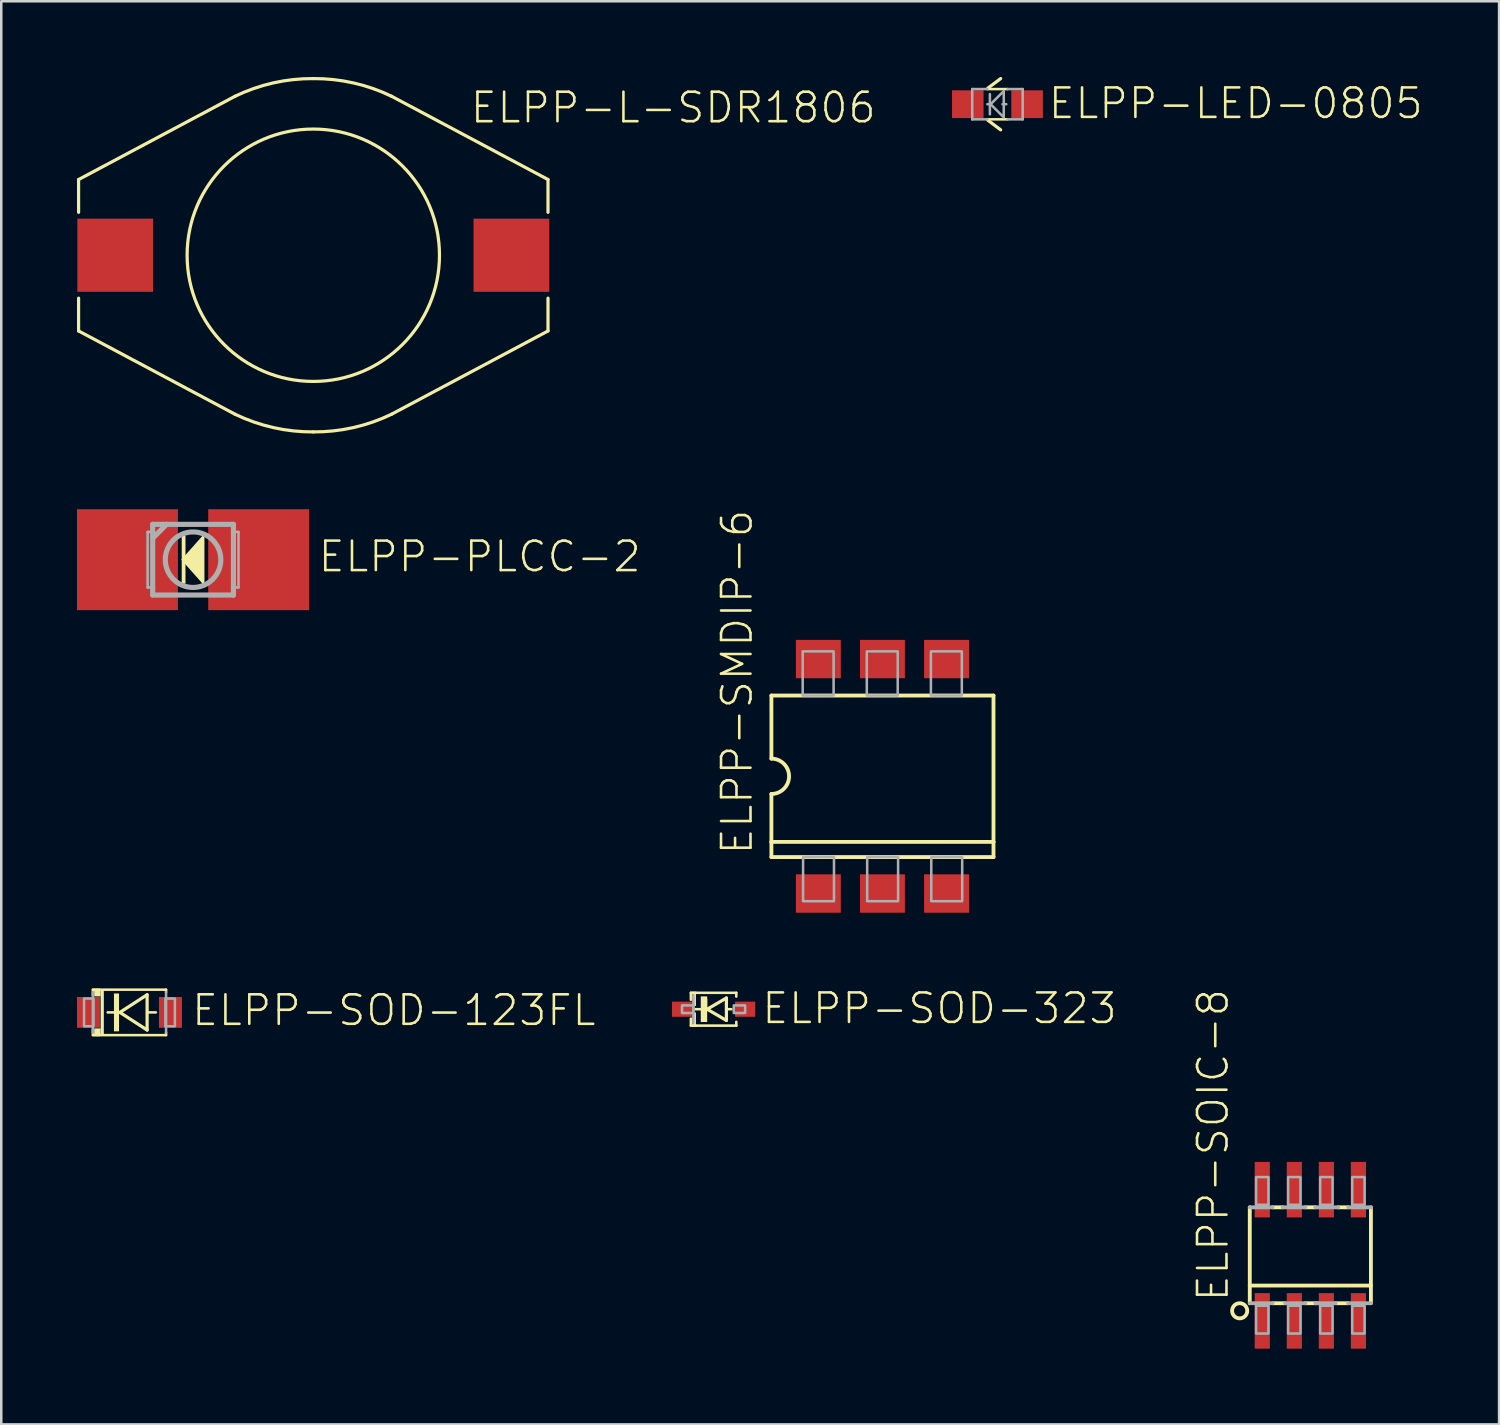
<source format=kicad_pcb>
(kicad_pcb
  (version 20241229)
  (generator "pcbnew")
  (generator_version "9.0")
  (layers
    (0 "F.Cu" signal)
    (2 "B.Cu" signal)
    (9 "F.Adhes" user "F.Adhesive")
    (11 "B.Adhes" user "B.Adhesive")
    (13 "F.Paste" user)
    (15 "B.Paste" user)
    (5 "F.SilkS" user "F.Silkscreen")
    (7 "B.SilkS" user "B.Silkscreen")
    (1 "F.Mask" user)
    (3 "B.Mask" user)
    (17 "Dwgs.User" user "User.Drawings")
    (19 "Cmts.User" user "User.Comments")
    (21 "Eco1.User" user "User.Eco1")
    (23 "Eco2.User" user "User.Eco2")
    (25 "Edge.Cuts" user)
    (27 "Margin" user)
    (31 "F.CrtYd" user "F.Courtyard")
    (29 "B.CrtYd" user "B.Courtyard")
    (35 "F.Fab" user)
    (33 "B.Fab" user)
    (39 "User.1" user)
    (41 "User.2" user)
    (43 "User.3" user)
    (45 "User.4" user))
  (footprint "ELPP-SOD-123FL"
    (layer "F.Cu")
    (at 2.08 37.065)
    (property "Reference" "ELPP-SOD-123FL" (at 2.4 0.6 0) (unlocked yes) (layer "F.SilkS") (effects (font (size 1.168 1.168) (thickness 0.102)) (justify left bottom)))
    (fp_line (start -1.45 -0.9) (end -1.45 -0.673) (stroke (width 0.1) (type solid)) (layer "F.SilkS"))
    (fp_line (start -1.45 -0.9) (end -1.387 -0.9) (stroke (width 0.1) (type solid)) (layer "F.SilkS"))
    (fp_line (start -1.45 0.9) (end -1.45 0.673) (stroke (width 0.1) (type solid)) (layer "F.SilkS"))
    (fp_line (start -1.387 -0.9) (end -1.323 -0.9) (stroke (width 0.1) (type solid)) (layer "F.SilkS"))
    (fp_line (start -1.387 0.9) (end -1.45 0.9) (stroke (width 0.1) (type solid)) (layer "F.SilkS"))
    (fp_line (start -1.323 -0.9) (end -1.26 -0.9) (stroke (width 0.1) (type solid)) (layer "F.SilkS"))
    (fp_line (start -1.323 0.9) (end -1.387 0.9) (stroke (width 0.1) (type solid)) (layer "F.SilkS"))
    (fp_line (start -1.26 -0.9) (end -1.196 -0.9) (stroke (width 0.1) (type solid)) (layer "F.SilkS"))
    (fp_line (start -1.26 0.9) (end -1.323 0.9) (stroke (width 0.1) (type solid)) (layer "F.SilkS"))
    (fp_line (start -1.196 -0.9) (end 1.45 -0.9) (stroke (width 0.1) (type solid)) (layer "F.SilkS"))
    (fp_line (start -1.196 0.9) (end -1.26 0.9) (stroke (width 0.1) (type solid)) (layer "F.SilkS"))
    (fp_line (start -0.381 0) (end -0.864 0) (stroke (width 0.1) (type solid)) (layer "F.SilkS"))
    (fp_line (start -0.381 0) (end 0.699 -0.699) (stroke (width 0.127) (type solid)) (layer "F.SilkS"))
    (fp_line (start -0.35 0) (end -0.381 0) (stroke (width 0.1) (type solid)) (layer "F.SilkS"))
    (fp_line (start 0.699 -0.699) (end 0.699 0.699) (stroke (width 0.127) (type solid)) (layer "F.SilkS"))
    (fp_line (start 0.699 0.699) (end -0.381 0) (stroke (width 0.127) (type solid)) (layer "F.SilkS"))
    (fp_line (start 1.048 0) (end 0.723 0) (stroke (width 0.1) (type solid)) (layer "F.SilkS"))
    (fp_line (start 1.45 -0.9) (end 1.45 -0.8) (stroke (width 0.1) (type solid)) (layer "F.SilkS"))
    (fp_line (start 1.45 0.9) (end -1.196 0.9) (stroke (width 0.1) (type solid)) (layer "F.SilkS"))
    (fp_line (start 1.45 0.9) (end 1.45 0.8) (stroke (width 0.1) (type solid)) (layer "F.SilkS"))
    (fp_poly (pts (xy -1.397 -0.635) (xy -1.143 -0.635) (xy -1.143 -0.889) (xy -1.397 -0.889)) (stroke (width 0) (type default)) (fill yes) (layer "F.SilkS"))
    (fp_poly (pts (xy -1.397 0.889) (xy -1.143 0.889) (xy -1.143 0.635) (xy -1.397 0.635)) (stroke (width 0) (type default)) (fill yes) (layer "F.SilkS"))
    (fp_poly (pts (xy -1.143 0.889) (xy -1.016 0.889) (xy -1.016 -0.889) (xy -1.143 -0.889)) (stroke (width 0) (type default)) (fill yes) (layer "F.SilkS"))
    (fp_poly (pts (xy -0.614 0.75) (xy -0.413 0.75) (xy -0.413 -0.75) (xy -0.614 -0.75)) (stroke (width 0) (type default)) (fill yes) (layer "F.SilkS"))
    (fp_line (start -1.45 -0.8) (end -1.45 0.8) (stroke (width 0.1) (type solid)) (layer "F.Fab"))
    (fp_line (start 1.45 -0.8) (end 1.45 0.8) (stroke (width 0.1) (type solid)) (layer "F.Fab"))
    (fp_poly (pts (xy -1.8 0.55) (xy -1.425 0.55) (xy -1.425 -0.55) (xy -1.8 -0.55)) (stroke (width 0.1) (type default)) (fill no) (layer "F.Fab"))
    (fp_poly (pts (xy 1.8 -0.55) (xy 1.425 -0.55) (xy 1.425 0.55) (xy 1.8 0.55)) (stroke (width 0.1) (type default)) (fill no) (layer "F.Fab"))
    (pad "A" smd rect (at 1.625 0) (size 0.91 1.22) (layers "F.Cu" "F.Mask" "F.Paste"))
    (pad "C" smd rect (at -1.625 0 180) (size 0.91 1.22) (layers "F.Cu" "F.Mask" "F.Paste")))
  (footprint "ELPP-PLCC-2"
    (layer "F.Cu")
    (at 4.6 19.127)
    (property "Reference" "ELPP-PLCC-2" (at 4.895 0.56 0) (unlocked yes) (layer "F.SilkS") (effects (font (size 1.168 1.168) (thickness 0.102)) (justify left bottom)))
    (fp_poly (pts (xy -0.6 -1.3) (xy -2.2 -1.3) (xy -2.2 1.3) (xy -0.6 1.3)) (stroke (width 0) (type default)) (fill yes) (layer "F.Mask"))
    (fp_poly (pts (xy 0.6 1.3) (xy 2.2 1.3) (xy 2.2 -1.3) (xy 0.6 -1.3)) (stroke (width 0) (type default)) (fill yes) (layer "F.Mask"))
    (fp_poly (pts (xy 0.45 1.032) (xy -0.467 0) (xy 0.45 -1.032)) (stroke (width 0) (type default)) (fill yes) (layer "F.SilkS"))
    (fp_poly (pts (xy -0.45 0.95) (xy -0.3 0.95) (xy -0.3 -0.95) (xy -0.45 -0.95)) (stroke (width 0) (type default)) (fill yes) (layer "F.SilkS"))
    (fp_poly (pts (xy -2.25 -1.3) (xy -2.25 1.3) (xy -0.75 1.3) (xy -0.75 -1.3)) (stroke (width 0) (type default)) (fill yes) (layer "F.Paste"))
    (fp_poly (pts (xy 0.75 -1.3) (xy 0.75 1.3) (xy 2.25 1.3) (xy 2.25 -1.3)) (stroke (width 0) (type default)) (fill yes) (layer "F.Paste"))
    (fp_line (start -1.8 -1.1) (end -1.8 1.1) (stroke (width 0.102) (type solid)) (layer "F.Fab"))
    (fp_line (start -1.8 1.1) (end -1.6 1.1) (stroke (width 0.102) (type solid)) (layer "F.Fab"))
    (fp_line (start -1.6 -1.4) (end -1.6 -1.1) (stroke (width 0.203) (type solid)) (layer "F.Fab"))
    (fp_line (start -1.6 -1.1) (end -1.8 -1.1) (stroke (width 0.102) (type solid)) (layer "F.Fab"))
    (fp_line (start -1.6 -1.1) (end -1.6 -0.85) (stroke (width 0.203) (type solid)) (layer "F.Fab"))
    (fp_line (start -1.6 -0.85) (end -1.6 1.1) (stroke (width 0.203) (type solid)) (layer "F.Fab"))
    (fp_line (start -1.6 -0.85) (end -1.05 -1.4) (stroke (width 0.203) (type solid)) (layer "F.Fab"))
    (fp_line (start -1.6 1.1) (end -1.6 1.4) (stroke (width 0.203) (type solid)) (layer "F.Fab"))
    (fp_line (start -1.6 1.4) (end 1.6 1.4) (stroke (width 0.203) (type solid)) (layer "F.Fab"))
    (fp_line (start -1.05 -1.4) (end -1.6 -1.4) (stroke (width 0.203) (type solid)) (layer "F.Fab"))
    (fp_line (start 1.6 -1.4) (end -1.05 -1.4) (stroke (width 0.203) (type solid)) (layer "F.Fab"))
    (fp_line (start 1.6 -1.1) (end 1.6 -1.4) (stroke (width 0.203) (type solid)) (layer "F.Fab"))
    (fp_line (start 1.6 -1.1) (end 1.8 -1.1) (stroke (width 0.102) (type solid)) (layer "F.Fab"))
    (fp_line (start 1.6 1.1) (end 1.6 -1.1) (stroke (width 0.203) (type solid)) (layer "F.Fab"))
    (fp_line (start 1.6 1.4) (end 1.6 1.1) (stroke (width 0.203) (type solid)) (layer "F.Fab"))
    (fp_line (start 1.8 -1.1) (end 1.8 1.1) (stroke (width 0.102) (type solid)) (layer "F.Fab"))
    (fp_line (start 1.8 1.1) (end 1.6 1.1) (stroke (width 0.102) (type solid)) (layer "F.Fab"))
    (fp_circle (center 0 0) (end 1.1 0) (stroke (width 0.203) (type solid)) (fill no) (layer "F.Fab"))
    (pad "A" smd rect (at 2.6 0 270) (size 4 4) (layers "F.Cu"))
    (pad "C" smd rect (at -2.6 0 270) (size 4 4) (layers "F.Cu")))
  (footprint "ELPP-LED-0805"
    (layer "F.Cu")
    (at 36.473 1.079)
    (property "Reference" "ELPP-LED-0805" (at 1.95 0.65 0) (unlocked yes) (layer "F.SilkS") (effects (font (size 1.168 1.168) (thickness 0.102)) (justify left bottom)))
    (fp_line (start -0.381 -0.635) (end 0.127 -1.016) (stroke (width 0.127) (type solid)) (layer "F.SilkS"))
    (fp_line (start 0.127 1.016) (end -0.381 0.635) (stroke (width 0.127) (type solid)) (layer "F.SilkS"))
    (fp_line (start 0.4 -0.6) (end -0.4 -0.6) (stroke (width 0.102) (type solid)) (layer "F.SilkS"))
    (fp_line (start 0.4 0.6) (end -0.4 0.6) (stroke (width 0.102) (type solid)) (layer "F.SilkS"))
    (fp_line (start -1 -0.6) (end -1 0.6) (stroke (width 0.102) (type solid)) (layer "F.Fab"))
    (fp_line (start -0.4 -0.6) (end -1 -0.6) (stroke (width 0.102) (type solid)) (layer "F.Fab"))
    (fp_line (start -0.4 0.6) (end -1 0.6) (stroke (width 0.102) (type solid)) (layer "F.Fab"))
    (fp_line (start -0.3 -0.4) (end -0.3 0) (stroke (width 0.1) (type solid)) (layer "F.Fab"))
    (fp_line (start -0.3 0) (end -0.4 0) (stroke (width 0.1) (type solid)) (layer "F.Fab"))
    (fp_line (start -0.3 0) (end -0.3 0.4) (stroke (width 0.1) (type solid)) (layer "F.Fab"))
    (fp_line (start 0.2 0) (end 0.35 0) (stroke (width 0.1) (type solid)) (layer "F.Fab"))
    (fp_line (start 1 -0.6) (end 0.4 -0.6) (stroke (width 0.102) (type solid)) (layer "F.Fab"))
    (fp_line (start 1 0.6) (end 0.4 0.6) (stroke (width 0.102) (type solid)) (layer "F.Fab"))
    (fp_line (start 1 0.6) (end 1 -0.6) (stroke (width 0.102) (type solid)) (layer "F.Fab"))
    (fp_poly (pts (xy 0.25 0.521) (xy -0.271 0) (xy 0.25 -0.521)) (stroke (width 0.1) (type default)) (fill no) (layer "F.Fab"))
    (pad "A" smd rect (at 1.175 0) (size 1.25 1.1) (layers "F.Cu" "F.Mask" "F.Paste"))
    (pad "C" smd rect (at -1.175 0) (size 1.25 1.1) (layers "F.Cu" "F.Mask" "F.Paste")))
  (footprint "ELPP-L-SDR1806"
    (layer "F.Cu")
    (at 9.364 7.064)
    (property "Reference" "ELPP-L-SDR1806" (at 6.159 -5.165 0) (unlocked yes) (layer "F.SilkS") (effects (font (size 1.168 1.168) (thickness 0.102)) (justify left bottom)))
    (fp_line (start -9.3 -3) (end -9.3 -1.7) (stroke (width 0.127) (type solid)) (layer "F.SilkS"))
    (fp_line (start -9.3 -3) (end -3.1 -6.3) (stroke (width 0.127) (type solid)) (layer "F.SilkS"))
    (fp_line (start -9.3 3) (end -9.3 1.7) (stroke (width 0.127) (type solid)) (layer "F.SilkS"))
    (fp_line (start -9.3 3) (end -3.1 6.3) (stroke (width 0.127) (type solid)) (layer "F.SilkS"))
    (fp_line (start 9.3 -3) (end 3.1 -6.3) (stroke (width 0.127) (type solid)) (layer "F.SilkS"))
    (fp_line (start 9.3 -3) (end 9.3 -1.7) (stroke (width 0.127) (type solid)) (layer "F.SilkS"))
    (fp_line (start 9.3 3) (end 3.1 6.3) (stroke (width 0.127) (type solid)) (layer "F.SilkS"))
    (fp_line (start 9.3 3) (end 9.3 1.7) (stroke (width 0.127) (type solid)) (layer "F.SilkS"))
    (fp_arc (start -3.1 -6.3) (mid -1.590187 -6.827971) (end 0 -7) (stroke (width 0.127) (type solid)) (layer "F.SilkS"))
    (fp_arc (start 0 -7) (mid 1.590118 -6.827668) (end 3.1 -6.3) (stroke (width 0.127) (type solid)) (layer "F.SilkS"))
    (fp_arc (start 0 7) (mid -1.590118 6.827668) (end -3.1 6.3) (stroke (width 0.127) (type solid)) (layer "F.SilkS"))
    (fp_arc (start 3.1 6.3) (mid 1.590187 6.827971) (end 0 7) (stroke (width 0.127) (type solid)) (layer "F.SilkS"))
    (fp_circle (center 0 0) (end 5 0) (stroke (width 0.127) (type solid)) (fill no) (layer "F.SilkS"))
    (pad "1" smd rect (at -7.85 0 180) (size 3 2.9) (layers "F.Cu" "F.Mask" "F.Paste"))
    (pad "2" smd rect (at 7.85 0) (size 3 2.9) (layers "F.Cu" "F.Mask" "F.Paste")))
  (footprint "ELPP-SOIC-8"
    (layer "F.Cu")
    (at 48.871 46.689)
    (property "Reference" "ELPP-SOIC-8" (at -3.175 1.905 90) (unlocked yes) (layer "F.SilkS") (effects (font (size 1.168 1.168) (thickness 0.102)) (justify left bottom)))
    (fp_line (start -2.4 1.9) (end -2.4 -1.9) (stroke (width 0.152) (type solid)) (layer "F.SilkS"))
    (fp_line (start -1.5 -1.9) (end -1.1 -1.9) (stroke (width 0.152) (type solid)) (layer "F.SilkS"))
    (fp_line (start -1.5 1.9) (end -1 1.9) (stroke (width 0.152) (type solid)) (layer "F.SilkS"))
    (fp_line (start -0.2 -1.9) (end 0.2 -1.9) (stroke (width 0.152) (type solid)) (layer "F.SilkS"))
    (fp_line (start -0.2 1.9) (end 0.3 1.9) (stroke (width 0.152) (type solid)) (layer "F.SilkS"))
    (fp_line (start 1 1.9) (end 1.5 1.9) (stroke (width 0.152) (type solid)) (layer "F.SilkS"))
    (fp_line (start 1.1 -1.9) (end 1.5 -1.9) (stroke (width 0.152) (type solid)) (layer "F.SilkS"))
    (fp_line (start 2.4 -1.9) (end 2.4 1.9) (stroke (width 0.152) (type solid)) (layer "F.SilkS"))
    (fp_line (start 2.4 1.2) (end -2.4 1.2) (stroke (width 0.152) (type solid)) (layer "F.SilkS"))
    (fp_circle (center -2.8 2.2) (end -2.5 2.2) (stroke (width 0.152) (type solid)) (fill no) (layer "F.SilkS"))
    (fp_line (start -1.5 -1.9) (end -2.4 -1.9) (stroke (width 0.152) (type solid)) (layer "F.Fab"))
    (fp_line (start -1.5 1.9) (end -2.4 1.9) (stroke (width 0.152) (type solid)) (layer "F.Fab"))
    (fp_line (start -1 1.9) (end -0.2 1.9) (stroke (width 0.152) (type solid)) (layer "F.Fab"))
    (fp_line (start -0.2 -1.9) (end -1.1 -1.9) (stroke (width 0.152) (type solid)) (layer "F.Fab"))
    (fp_line (start 0.2 1.9) (end 1 1.9) (stroke (width 0.152) (type solid)) (layer "F.Fab"))
    (fp_line (start 1.1 -1.9) (end 0.2 -1.9) (stroke (width 0.152) (type solid)) (layer "F.Fab"))
    (fp_line (start 1.5 -1.9) (end 2.4 -1.9) (stroke (width 0.152) (type solid)) (layer "F.Fab"))
    (fp_line (start 1.5 1.9) (end 2.4 1.9) (stroke (width 0.152) (type solid)) (layer "F.Fab"))
    (fp_poly (pts (xy -2.15 -2) (xy -1.66 -2) (xy -1.66 -3.1) (xy -2.15 -3.1)) (stroke (width 0.1) (type default)) (fill no) (layer "F.Fab"))
    (fp_poly (pts (xy -2.15 3.1) (xy -1.66 3.1) (xy -1.66 2) (xy -2.15 2)) (stroke (width 0.1) (type default)) (fill no) (layer "F.Fab"))
    (fp_poly (pts (xy -0.88 -2) (xy -0.39 -2) (xy -0.39 -3.1) (xy -0.88 -3.1)) (stroke (width 0.1) (type default)) (fill no) (layer "F.Fab"))
    (fp_poly (pts (xy -0.88 3.1) (xy -0.39 3.1) (xy -0.39 2) (xy -0.88 2)) (stroke (width 0.1) (type default)) (fill no) (layer "F.Fab"))
    (fp_poly (pts (xy 0.39 -2) (xy 0.88 -2) (xy 0.88 -3.1) (xy 0.39 -3.1)) (stroke (width 0.1) (type default)) (fill no) (layer "F.Fab"))
    (fp_poly (pts (xy 0.39 3.1) (xy 0.88 3.1) (xy 0.88 2) (xy 0.39 2)) (stroke (width 0.1) (type default)) (fill no) (layer "F.Fab"))
    (fp_poly (pts (xy 1.66 -2) (xy 2.15 -2) (xy 2.15 -3.1) (xy 1.66 -3.1)) (stroke (width 0.1) (type default)) (fill no) (layer "F.Fab"))
    (fp_poly (pts (xy 1.66 3.1) (xy 2.15 3.1) (xy 2.15 2) (xy 1.66 2)) (stroke (width 0.1) (type default)) (fill no) (layer "F.Fab"))
    (pad "1" smd rect (at -1.905 2.6) (size 0.6 2.2) (layers "F.Cu" "F.Mask" "F.Paste"))
    (pad "2" smd rect (at -0.635 2.6) (size 0.6 2.2) (layers "F.Cu" "F.Mask" "F.Paste"))
    (pad "3" smd rect (at 0.635 2.6) (size 0.6 2.2) (layers "F.Cu" "F.Mask" "F.Paste"))
    (pad "4" smd rect (at 1.905 2.6) (size 0.6 2.2) (layers "F.Cu" "F.Mask" "F.Paste"))
    (pad "5" smd rect (at 1.905 -2.6) (size 0.6 2.2) (layers "F.Cu" "F.Mask" "F.Paste"))
    (pad "6" smd rect (at 0.635 -2.6) (size 0.6 2.2) (layers "F.Cu" "F.Mask" "F.Paste"))
    (pad "7" smd rect (at -0.635 -2.6) (size 0.6 2.2) (layers "F.Cu" "F.Mask" "F.Paste"))
    (pad "8" smd rect (at -1.905 -2.6) (size 0.6 2.2) (layers "F.Cu" "F.Mask" "F.Paste")))
  (footprint "ELPP-SMDIP-6"
    (layer "F.Cu")
    (at 31.916 27.71)
    (property "Reference" "ELPP-SMDIP-6" (at -5.08 3.175 90) (unlocked yes) (layer "F.SilkS") (effects (font (size 1.168 1.168) (thickness 0.102)) (justify left bottom)))
    (fp_line (start -4.4 -3.2) (end 4.4 -3.2) (stroke (width 0.152) (type solid)) (layer "F.SilkS"))
    (fp_line (start -4.4 -0.7) (end -4.4 -3.2) (stroke (width 0.152) (type solid)) (layer "F.SilkS"))
    (fp_line (start -4.4 2.6) (end -4.4 0.7) (stroke (width 0.152) (type solid)) (layer "F.SilkS"))
    (fp_line (start -4.4 3.2) (end -4.4 2.6) (stroke (width 0.152) (type solid)) (layer "F.SilkS"))
    (fp_line (start 4.4 -3.2) (end 4.4 2.6) (stroke (width 0.152) (type solid)) (layer "F.SilkS"))
    (fp_line (start 4.4 2.6) (end -4.4 2.6) (stroke (width 0.152) (type solid)) (layer "F.SilkS"))
    (fp_line (start 4.4 2.6) (end 4.4 3.2) (stroke (width 0.152) (type solid)) (layer "F.SilkS"))
    (fp_line (start 4.4 3.2) (end -4.4 3.2) (stroke (width 0.152) (type solid)) (layer "F.SilkS"))
    (fp_arc (start -4.4 -0.7) (mid -3.7 0) (end -4.4 0.7) (stroke (width 0.1524) (type solid)) (layer "F.SilkS"))
    (fp_poly (pts (xy -3.145 4.95) (xy -1.92 4.95) (xy -1.92 3.2) (xy -3.145 3.2)) (stroke (width 0.1) (type default)) (fill no) (layer "F.Fab"))
    (fp_poly (pts (xy -1.935 -4.95) (xy -3.16 -4.95) (xy -3.16 -3.2) (xy -1.935 -3.2)) (stroke (width 0.1) (type default)) (fill no) (layer "F.Fab"))
    (fp_poly (pts (xy -0.605 4.95) (xy 0.62 4.95) (xy 0.62 3.2) (xy -0.605 3.2)) (stroke (width 0.1) (type default)) (fill no) (layer "F.Fab"))
    (fp_poly (pts (xy 0.605 -4.95) (xy -0.62 -4.95) (xy -0.62 -3.2) (xy 0.605 -3.2)) (stroke (width 0.1) (type default)) (fill no) (layer "F.Fab"))
    (fp_poly (pts (xy 1.935 4.95) (xy 3.16 4.95) (xy 3.16 3.2) (xy 1.935 3.2)) (stroke (width 0.1) (type default)) (fill no) (layer "F.Fab"))
    (fp_poly (pts (xy 3.145 -4.95) (xy 1.92 -4.95) (xy 1.92 -3.2) (xy 3.145 -3.2)) (stroke (width 0.1) (type default)) (fill no) (layer "F.Fab"))
    (pad "1" smd rect (at -2.54 4.645) (size 1.78 1.52) (layers "F.Cu" "F.Mask" "F.Paste"))
    (pad "2" smd rect (at 0 4.645) (size 1.78 1.52) (layers "F.Cu" "F.Mask" "F.Paste"))
    (pad "3" smd rect (at 2.54 4.645) (size 1.78 1.52) (layers "F.Cu" "F.Mask" "F.Paste"))
    (pad "4" smd rect (at 2.54 -4.645 180) (size 1.78 1.52) (layers "F.Cu" "F.Mask" "F.Paste"))
    (pad "5" smd rect (at 0 -4.645 180) (size 1.78 1.52) (layers "F.Cu" "F.Mask" "F.Paste"))
    (pad "6" smd rect (at -2.54 -4.645 180) (size 1.78 1.52) (layers "F.Cu" "F.Mask" "F.Paste")))
  (footprint "ELPP-SOD-323"
    (layer "F.Cu")
    (at 25.225 36.939)
    (property "Reference" "ELPP-SOD-323" (at 1.85 0.65 0) (unlocked yes) (layer "F.SilkS") (effects (font (size 1.168 1.168) (thickness 0.102)) (justify left bottom)))
    (fp_line (start -0.9 -0.65) (end -0.837 -0.65) (stroke (width 0.102) (type solid)) (layer "F.SilkS"))
    (fp_line (start -0.9 -0.373) (end -0.9 -0.65) (stroke (width 0.1) (type solid)) (layer "F.SilkS"))
    (fp_line (start -0.9 0.373) (end -0.9 0.65) (stroke (width 0.1) (type solid)) (layer "F.SilkS"))
    (fp_line (start -0.837 -0.65) (end -0.773 -0.65) (stroke (width 0.102) (type solid)) (layer "F.SilkS"))
    (fp_line (start -0.837 0.65) (end -0.9 0.65) (stroke (width 0.102) (type solid)) (layer "F.SilkS"))
    (fp_line (start -0.773 -0.65) (end -0.71 -0.65) (stroke (width 0.102) (type solid)) (layer "F.SilkS"))
    (fp_line (start -0.773 0.65) (end -0.837 0.65) (stroke (width 0.102) (type solid)) (layer "F.SilkS"))
    (fp_line (start -0.71 -0.65) (end 0.9 -0.65) (stroke (width 0.102) (type solid)) (layer "F.SilkS"))
    (fp_line (start -0.71 0.65) (end -0.773 0.65) (stroke (width 0.102) (type solid)) (layer "F.SilkS"))
    (fp_line (start -0.3 -0.4) (end -0.3 0) (stroke (width 0.1) (type solid)) (layer "F.SilkS"))
    (fp_line (start -0.3 0) (end -0.727 0) (stroke (width 0.1) (type solid)) (layer "F.SilkS"))
    (fp_line (start -0.254 0) (end 0.508 -0.445) (stroke (width 0.127) (type solid)) (layer "F.SilkS"))
    (fp_line (start 0.5 0) (end 0.708 0) (stroke (width 0.1) (type solid)) (layer "F.SilkS"))
    (fp_line (start 0.508 -0.445) (end 0.508 0.445) (stroke (width 0.127) (type solid)) (layer "F.SilkS"))
    (fp_line (start 0.508 0.445) (end -0.254 0) (stroke (width 0.127) (type solid)) (layer "F.SilkS"))
    (fp_line (start 0.9 -0.5) (end 0.9 -0.65) (stroke (width 0.1) (type solid)) (layer "F.SilkS"))
    (fp_line (start 0.9 0.5) (end 0.9 0.65) (stroke (width 0.1) (type solid)) (layer "F.SilkS"))
    (fp_line (start 0.9 0.65) (end -0.71 0.65) (stroke (width 0.102) (type solid)) (layer "F.SilkS"))
    (fp_poly (pts (xy -0.826 -0.127) (xy -0.699 -0.127) (xy -0.699 -0.635) (xy -0.826 -0.635)) (stroke (width 0) (type default)) (fill yes) (layer "F.SilkS"))
    (fp_poly (pts (xy -0.826 0.635) (xy -0.699 0.635) (xy -0.699 0.127) (xy -0.826 0.127)) (stroke (width 0) (type default)) (fill yes) (layer "F.SilkS"))
    (fp_poly (pts (xy -0.508 0.508) (xy -0.254 0.508) (xy -0.254 -0.508) (xy -0.508 -0.508)) (stroke (width 0) (type default)) (fill yes) (layer "F.SilkS"))
    (fp_line (start -0.8 0.55) (end -0.8 -0.55) (stroke (width 0.102) (type solid)) (layer "F.Fab"))
    (fp_poly (pts (xy -1.25 0.15) (xy -0.8 0.15) (xy -0.8 -0.15) (xy -1.25 -0.15)) (stroke (width 0.1) (type default)) (fill no) (layer "F.Fab"))
    (fp_poly (pts (xy 0.8 0.15) (xy 1.25 0.15) (xy 1.25 -0.15) (xy 0.8 -0.15)) (stroke (width 0.1) (type default)) (fill no) (layer "F.Fab"))
    (pad "A" smd rect (at 1.25 0) (size 0.8 0.6) (layers "F.Cu" "F.Mask" "F.Paste"))
    (pad "C" smd rect (at -1.25 0) (size 0.8 0.6) (layers "F.Cu" "F.Mask" "F.Paste")))
  (gr_rect
    (start -3 -3)
    (end 56.35 53.389)
    (stroke (width 0.1) (type default))
    (fill no)
    (layer "Edge.Cuts")))
</source>
